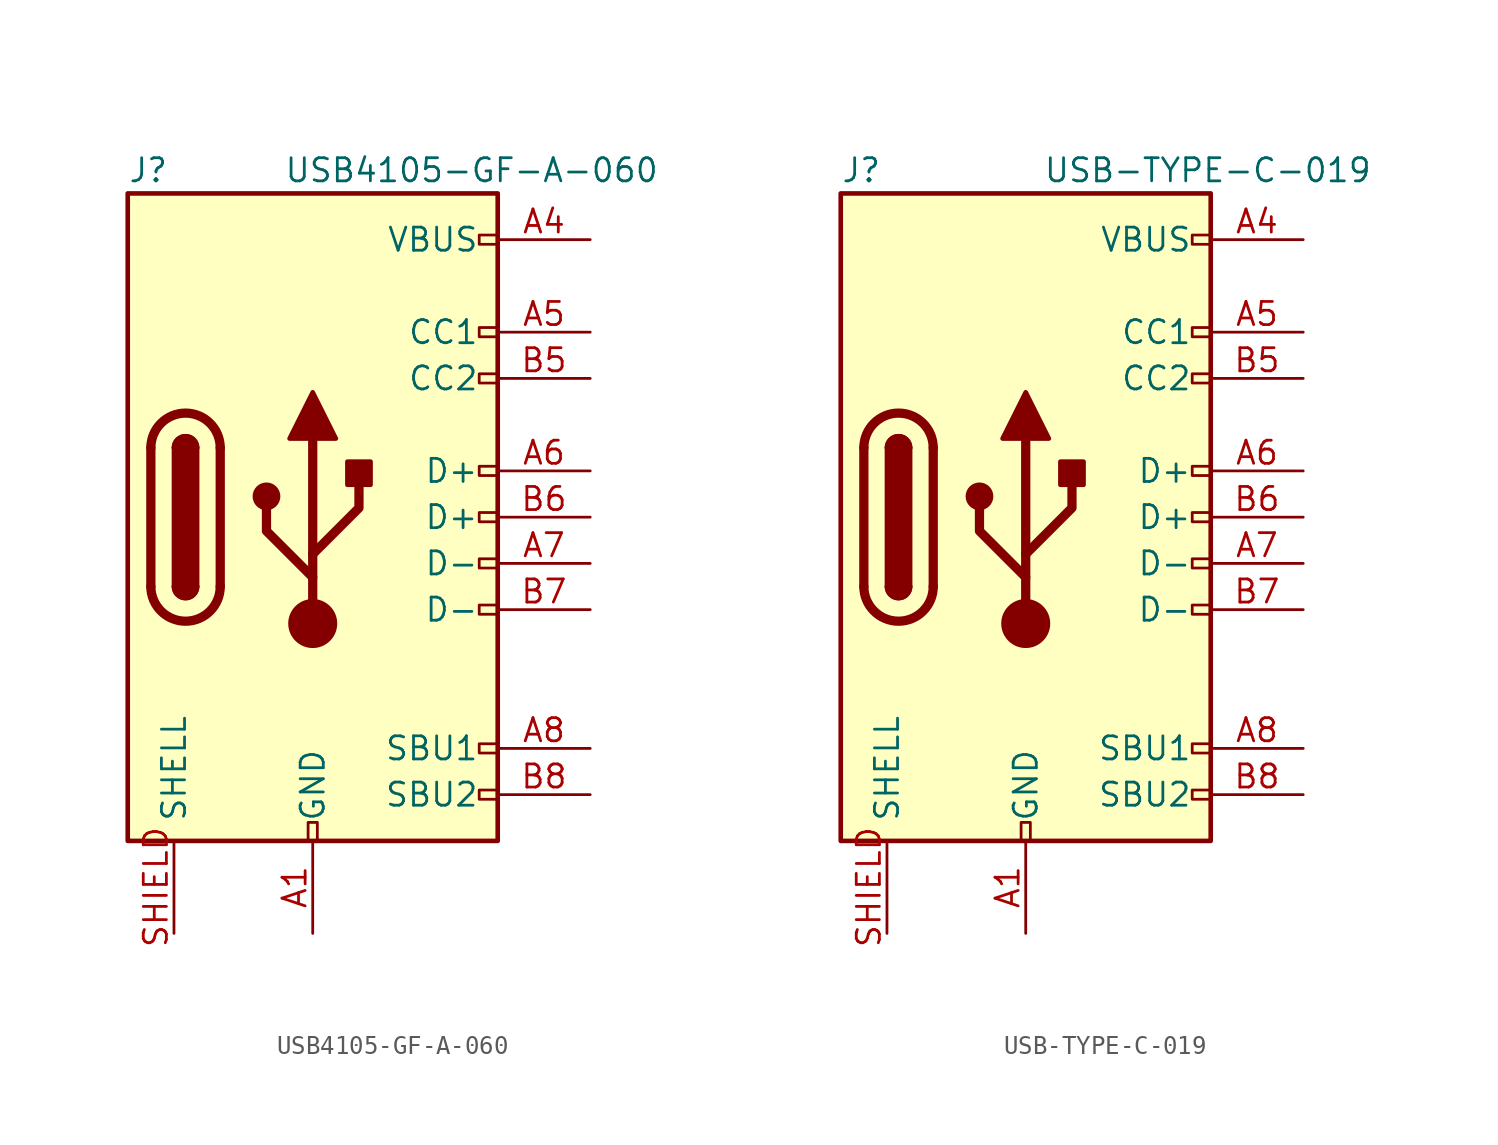
<source format=kicad_sym>
(kicad_symbol_lib
  (version 20231120)
  (generator "kicad_symbol_editor")
  (generator_version "8.0")
  (symbol "USB4105-GF-A-060"
    (pin_names
      (offset 1.016))
    (property "Reference" "J"
      (at -10.16 19.05 0)
      (effects (font (size 1.27 1.27)) (justify left)))
    (property "Value" "USB4105-GF-A-060"
      (at 19.05 19.05 0)
      (effects (font (size 1.27 1.27)) (justify right)))
    (symbol "USB4105-GF-A-060_0_0"
      (rectangle (start -0.254 -17.78) (end 0.254 -16.764) (stroke (width 0) (type default)) (fill (type none)))
      (rectangle (start 10.16 -14.986) (end 9.144 -15.494) (stroke (width 0) (type default)) (fill (type none)))
      (rectangle (start 10.16 -12.446) (end 9.144 -12.954) (stroke (width 0) (type default)) (fill (type none)))
      (rectangle (start 10.16 -4.826) (end 9.144 -5.334) (stroke (width 0) (type default)) (fill (type none)))
      (rectangle (start 10.16 -2.286) (end 9.144 -2.794) (stroke (width 0) (type default)) (fill (type none)))
      (rectangle (start 10.16 0.254) (end 9.144 -0.254) (stroke (width 0) (type default)) (fill (type none)))
      (rectangle (start 10.16 2.794) (end 9.144 2.286) (stroke (width 0) (type default)) (fill (type none)))
      (rectangle (start 10.16 7.874) (end 9.144 7.366) (stroke (width 0) (type default)) (fill (type none)))
      (rectangle (start 10.16 10.414) (end 9.144 9.906) (stroke (width 0) (type default)) (fill (type none)))
      (rectangle (start 10.16 15.494) (end 9.144 14.986) (stroke (width 0) (type default)) (fill (type none))))
    (symbol "USB4105-GF-A-060_0_1"
      (rectangle (start -10.16 17.78) (end 10.16 -17.78) (stroke (width 0.254) (type default)) (fill (type background)))
      (arc (start -8.89 -3.81) (mid -6.985 -5.7067) (end -5.08 -3.81) (stroke (width 0.508) (type default)) (fill (type none)))
      (arc (start -7.62 -3.81) (mid -6.985 -4.4423) (end -6.35 -3.81) (stroke (width 0.254) (type default)) (fill (type none)))
      (arc (start -7.62 -3.81) (mid -6.985 -4.4423) (end -6.35 -3.81) (stroke (width 0.254) (type default)) (fill (type outline)))
      (rectangle (start -7.62 -3.81) (end -6.35 3.81) (stroke (width 0.254) (type default)) (fill (type outline)))
      (arc (start -6.35 3.81) (mid -6.985 4.4423) (end -7.62 3.81) (stroke (width 0.254) (type default)) (fill (type none)))
      (arc (start -6.35 3.81) (mid -6.985 4.4423) (end -7.62 3.81) (stroke (width 0.254) (type default)) (fill (type outline)))
      (arc (start -5.08 3.81) (mid -6.985 5.7067) (end -8.89 3.81) (stroke (width 0.508) (type default)) (fill (type none)))
      (circle (center -2.54 1.143) (radius 0.635) (stroke (width 0.254) (type default)) (fill (type outline)))
      (circle (center 0 -5.842) (radius 1.27) (stroke (width 0) (type default)) (fill (type outline)))
      (polyline (pts (xy -8.89 -3.81) (xy -8.89 3.81)) (stroke (width 0.508) (type default)) (fill (type none)))
      (polyline (pts (xy -5.08 3.81) (xy -5.08 -3.81)) (stroke (width 0.508) (type default)) (fill (type none)))
      (polyline (pts (xy 0 -5.842) (xy 0 4.318)) (stroke (width 0.508) (type default)) (fill (type none)))
      (polyline (pts (xy 0 -3.302) (xy -2.54 -0.762) (xy -2.54 0.508)) (stroke (width 0.508) (type default)) (fill (type none)))
      (polyline (pts (xy 0 -2.032) (xy 2.54 0.508) (xy 2.54 1.778)) (stroke (width 0.508) (type default)) (fill (type none)))
      (polyline (pts (xy -1.27 4.318) (xy 0 6.858) (xy 1.27 4.318) (xy -1.27 4.318)) (stroke (width 0.254) (type default)) (fill (type outline)))
      (rectangle (start 1.905 1.778) (end 3.175 3.048) (stroke (width 0.254) (type default)) (fill (type outline))))
    (symbol "USB4105-GF-A-060_1_1"
      (pin passive line (at 0 -22.86 90) (length 5.08) (name "GND" (effects (font (size 1.27 1.27)))) (number "A1" (effects (font (size 1.27 1.27)))))
      (pin passive line (at 0 -22.86 90) (length 5.08) hide (name "GND" (effects (font (size 1.27 1.27)))) (number "A12" (effects (font (size 1.27 1.27)))))
      (pin passive line (at 15.24 15.24 180) (length 5.08) (name "VBUS" (effects (font (size 1.27 1.27)))) (number "A4" (effects (font (size 1.27 1.27)))))
      (pin bidirectional line (at 15.24 10.16 180) (length 5.08) (name "CC1" (effects (font (size 1.27 1.27)))) (number "A5" (effects (font (size 1.27 1.27)))))
      (pin bidirectional line (at 15.24 2.54 180) (length 5.08) (name "D+" (effects (font (size 1.27 1.27)))) (number "A6" (effects (font (size 1.27 1.27)))))
      (pin bidirectional line (at 15.24 -2.54 180) (length 5.08) (name "D-" (effects (font (size 1.27 1.27)))) (number "A7" (effects (font (size 1.27 1.27)))))
      (pin bidirectional line (at 15.24 -12.7 180) (length 5.08) (name "SBU1" (effects (font (size 1.27 1.27)))) (number "A8" (effects (font (size 1.27 1.27)))))
      (pin passive line (at 15.24 15.24 180) (length 5.08) hide (name "VBUS" (effects (font (size 1.27 1.27)))) (number "A9" (effects (font (size 1.27 1.27)))))
      (pin passive line (at 0 -22.86 90) (length 5.08) hide (name "GND" (effects (font (size 1.27 1.27)))) (number "B1" (effects (font (size 1.27 1.27)))))
      (pin passive line (at 0 -22.86 90) (length 5.08) hide (name "GND" (effects (font (size 1.27 1.27)))) (number "B12" (effects (font (size 1.27 1.27)))))
      (pin passive line (at 15.24 15.24 180) (length 5.08) hide (name "VBUS" (effects (font (size 1.27 1.27)))) (number "B4" (effects (font (size 1.27 1.27)))))
      (pin bidirectional line (at 15.24 7.62 180) (length 5.08) (name "CC2" (effects (font (size 1.27 1.27)))) (number "B5" (effects (font (size 1.27 1.27)))))
      (pin bidirectional line (at 15.24 0 180) (length 5.08) (name "D+" (effects (font (size 1.27 1.27)))) (number "B6" (effects (font (size 1.27 1.27)))))
      (pin bidirectional line (at 15.24 -5.08 180) (length 5.08) (name "D-" (effects (font (size 1.27 1.27)))) (number "B7" (effects (font (size 1.27 1.27)))))
      (pin bidirectional line (at 15.24 -15.24 180) (length 5.08) (name "SBU2" (effects (font (size 1.27 1.27)))) (number "B8" (effects (font (size 1.27 1.27)))))
      (pin passive line (at 15.24 15.24 180) (length 5.08) hide (name "VBUS" (effects (font (size 1.27 1.27)))) (number "B9" (effects (font (size 1.27 1.27)))))
      (pin passive line (at -7.62 -22.86 90) (length 5.08) (name "SHELL" (effects (font (size 1.27 1.27)))) (number "SHIELD" (effects (font (size 1.27 1.27)))))))
  (symbol "USB-TYPE-C-019"
    (pin_names
      (offset 1.016))
    (property "Reference" "J"
      (at -10.16 19.05 0)
      (effects (font (size 1.27 1.27)) (justify left)))
    (property "Value" "USB-TYPE-C-019"
      (at 19.05 19.05 0)
      (effects (font (size 1.27 1.27)) (justify right)))
    (symbol "USB-TYPE-C-019_0_0"
      (rectangle (start -0.254 -17.78) (end 0.254 -16.764) (stroke (width 0) (type default)) (fill (type none)))
      (rectangle (start 10.16 -14.986) (end 9.144 -15.494) (stroke (width 0) (type default)) (fill (type none)))
      (rectangle (start 10.16 -12.446) (end 9.144 -12.954) (stroke (width 0) (type default)) (fill (type none)))
      (rectangle (start 10.16 -4.826) (end 9.144 -5.334) (stroke (width 0) (type default)) (fill (type none)))
      (rectangle (start 10.16 -2.286) (end 9.144 -2.794) (stroke (width 0) (type default)) (fill (type none)))
      (rectangle (start 10.16 0.254) (end 9.144 -0.254) (stroke (width 0) (type default)) (fill (type none)))
      (rectangle (start 10.16 2.794) (end 9.144 2.286) (stroke (width 0) (type default)) (fill (type none)))
      (rectangle (start 10.16 7.874) (end 9.144 7.366) (stroke (width 0) (type default)) (fill (type none)))
      (rectangle (start 10.16 10.414) (end 9.144 9.906) (stroke (width 0) (type default)) (fill (type none)))
      (rectangle (start 10.16 15.494) (end 9.144 14.986) (stroke (width 0) (type default)) (fill (type none))))
    (symbol "USB-TYPE-C-019_0_1"
      (rectangle (start -10.16 17.78) (end 10.16 -17.78) (stroke (width 0.254) (type default)) (fill (type background)))
      (arc (start -8.89 -3.81) (mid -6.985 -5.7067) (end -5.08 -3.81) (stroke (width 0.508) (type default)) (fill (type none)))
      (arc (start -7.62 -3.81) (mid -6.985 -4.4423) (end -6.35 -3.81) (stroke (width 0.254) (type default)) (fill (type none)))
      (arc (start -7.62 -3.81) (mid -6.985 -4.4423) (end -6.35 -3.81) (stroke (width 0.254) (type default)) (fill (type outline)))
      (rectangle (start -7.62 -3.81) (end -6.35 3.81) (stroke (width 0.254) (type default)) (fill (type outline)))
      (arc (start -6.35 3.81) (mid -6.985 4.4423) (end -7.62 3.81) (stroke (width 0.254) (type default)) (fill (type none)))
      (arc (start -6.35 3.81) (mid -6.985 4.4423) (end -7.62 3.81) (stroke (width 0.254) (type default)) (fill (type outline)))
      (arc (start -5.08 3.81) (mid -6.985 5.7067) (end -8.89 3.81) (stroke (width 0.508) (type default)) (fill (type none)))
      (circle (center -2.54 1.143) (radius 0.635) (stroke (width 0.254) (type default)) (fill (type outline)))
      (circle (center 0 -5.842) (radius 1.27) (stroke (width 0) (type default)) (fill (type outline)))
      (polyline (pts (xy -8.89 -3.81) (xy -8.89 3.81)) (stroke (width 0.508) (type default)) (fill (type none)))
      (polyline (pts (xy -5.08 3.81) (xy -5.08 -3.81)) (stroke (width 0.508) (type default)) (fill (type none)))
      (polyline (pts (xy 0 -5.842) (xy 0 4.318)) (stroke (width 0.508) (type default)) (fill (type none)))
      (polyline (pts (xy 0 -3.302) (xy -2.54 -0.762) (xy -2.54 0.508)) (stroke (width 0.508) (type default)) (fill (type none)))
      (polyline (pts (xy 0 -2.032) (xy 2.54 0.508) (xy 2.54 1.778)) (stroke (width 0.508) (type default)) (fill (type none)))
      (polyline (pts (xy -1.27 4.318) (xy 0 6.858) (xy 1.27 4.318) (xy -1.27 4.318)) (stroke (width 0.254) (type default)) (fill (type outline)))
      (rectangle (start 1.905 1.778) (end 3.175 3.048) (stroke (width 0.254) (type default)) (fill (type outline))))
    (symbol "USB-TYPE-C-019_1_1"
      (pin passive line (at 0 -22.86 90) (length 5.08) (name "GND" (effects (font (size 1.27 1.27)))) (number "A1" (effects (font (size 1.27 1.27)))))
      (pin passive line (at 0 -22.86 90) (length 5.08) hide (name "GND" (effects (font (size 1.27 1.27)))) (number "A12" (effects (font (size 1.27 1.27)))))
      (pin passive line (at 15.24 15.24 180) (length 5.08) (name "VBUS" (effects (font (size 1.27 1.27)))) (number "A4" (effects (font (size 1.27 1.27)))))
      (pin bidirectional line (at 15.24 10.16 180) (length 5.08) (name "CC1" (effects (font (size 1.27 1.27)))) (number "A5" (effects (font (size 1.27 1.27)))))
      (pin bidirectional line (at 15.24 2.54 180) (length 5.08) (name "D+" (effects (font (size 1.27 1.27)))) (number "A6" (effects (font (size 1.27 1.27)))))
      (pin bidirectional line (at 15.24 -2.54 180) (length 5.08) (name "D-" (effects (font (size 1.27 1.27)))) (number "A7" (effects (font (size 1.27 1.27)))))
      (pin bidirectional line (at 15.24 -12.7 180) (length 5.08) (name "SBU1" (effects (font (size 1.27 1.27)))) (number "A8" (effects (font (size 1.27 1.27)))))
      (pin passive line (at 15.24 15.24 180) (length 5.08) hide (name "VBUS" (effects (font (size 1.27 1.27)))) (number "A9" (effects (font (size 1.27 1.27)))))
      (pin passive line (at 0 -22.86 90) (length 5.08) hide (name "GND" (effects (font (size 1.27 1.27)))) (number "B1" (effects (font (size 1.27 1.27)))))
      (pin passive line (at 0 -22.86 90) (length 5.08) hide (name "GND" (effects (font (size 1.27 1.27)))) (number "B12" (effects (font (size 1.27 1.27)))))
      (pin passive line (at 15.24 15.24 180) (length 5.08) hide (name "VBUS" (effects (font (size 1.27 1.27)))) (number "B4" (effects (font (size 1.27 1.27)))))
      (pin bidirectional line (at 15.24 7.62 180) (length 5.08) (name "CC2" (effects (font (size 1.27 1.27)))) (number "B5" (effects (font (size 1.27 1.27)))))
      (pin bidirectional line (at 15.24 0 180) (length 5.08) (name "D+" (effects (font (size 1.27 1.27)))) (number "B6" (effects (font (size 1.27 1.27)))))
      (pin bidirectional line (at 15.24 -5.08 180) (length 5.08) (name "D-" (effects (font (size 1.27 1.27)))) (number "B7" (effects (font (size 1.27 1.27)))))
      (pin bidirectional line (at 15.24 -15.24 180) (length 5.08) (name "SBU2" (effects (font (size 1.27 1.27)))) (number "B8" (effects (font (size 1.27 1.27)))))
      (pin passive line (at 15.24 15.24 180) (length 5.08) hide (name "VBUS" (effects (font (size 1.27 1.27)))) (number "B9" (effects (font (size 1.27 1.27)))))
      (pin passive line (at -7.62 -22.86 90) (length 5.08) (name "SHELL" (effects (font (size 1.27 1.27)))) (number "SHIELD" (effects (font (size 1.27 1.27))))))))
</source>
